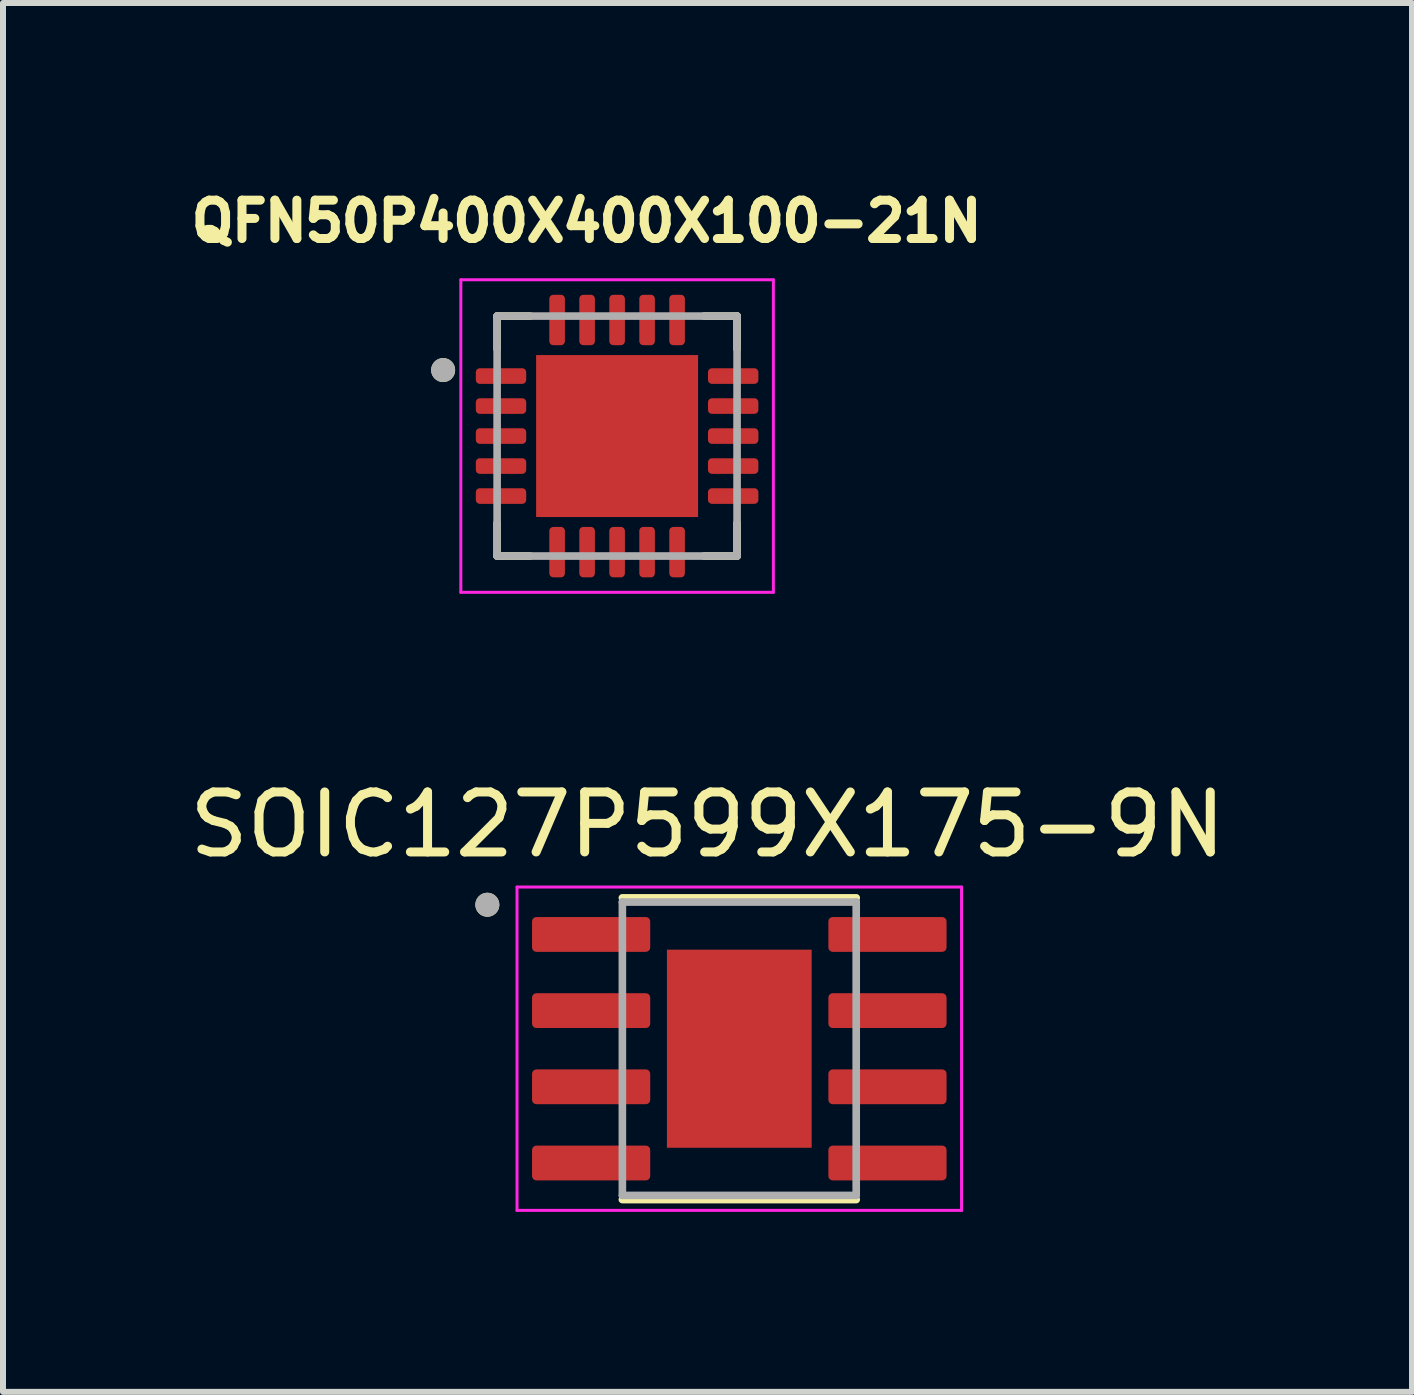
<source format=kicad_pcb>
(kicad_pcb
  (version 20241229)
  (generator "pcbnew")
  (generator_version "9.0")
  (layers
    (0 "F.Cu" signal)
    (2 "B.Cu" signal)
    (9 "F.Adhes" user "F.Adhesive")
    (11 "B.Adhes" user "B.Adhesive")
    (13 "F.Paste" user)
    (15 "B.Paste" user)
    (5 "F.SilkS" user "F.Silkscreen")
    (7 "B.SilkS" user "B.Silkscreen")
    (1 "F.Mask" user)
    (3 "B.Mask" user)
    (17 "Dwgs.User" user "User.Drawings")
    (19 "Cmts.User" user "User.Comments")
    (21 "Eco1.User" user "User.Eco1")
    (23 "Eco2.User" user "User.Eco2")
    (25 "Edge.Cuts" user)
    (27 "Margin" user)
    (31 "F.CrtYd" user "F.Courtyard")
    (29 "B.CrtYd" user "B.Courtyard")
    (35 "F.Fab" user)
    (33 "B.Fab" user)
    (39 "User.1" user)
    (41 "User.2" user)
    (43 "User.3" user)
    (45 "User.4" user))
  (footprint "SOIC127P599X175-9N"
    (layer "F.Cu")
    (at 9.274 14.432)
    (property "Reference" "SOIC127P599X175-9N" (at -0.53 -3.735 0) (layer "F.SilkS") (effects (font (size 1 1) (thickness 0.15))))
    (attr smd)
    (fp_line (start -1.949 -2.515) (end 1.949 -2.515) (stroke (width 0.127) (type solid)) (layer "F.SilkS"))
    (fp_line (start -1.949 2.515) (end 1.949 2.515) (stroke (width 0.127) (type solid)) (layer "F.SilkS"))
    (fp_circle (center -4.2 -2.4) (end -4.1 -2.4) (stroke (width 0.2) (type solid)) (fill no) (layer "F.SilkS"))
    (fp_poly (pts (xy -0.76 -1.04) (xy 0.76 -1.04) (xy 0.76 1.04) (xy -0.76 1.04)) (stroke (width 0.01) (type solid)) (fill yes) (layer "F.Paste"))
    (fp_line (start -3.705 -2.695) (end -3.705 2.695) (stroke (width 0.05) (type solid)) (layer "F.CrtYd"))
    (fp_line (start -3.705 -2.695) (end 3.705 -2.695) (stroke (width 0.05) (type solid)) (layer "F.CrtYd"))
    (fp_line (start -3.705 2.695) (end 3.705 2.695) (stroke (width 0.05) (type solid)) (layer "F.CrtYd"))
    (fp_line (start 3.705 -2.695) (end 3.705 2.695) (stroke (width 0.05) (type solid)) (layer "F.CrtYd"))
    (fp_line (start -1.949 -2.445) (end -1.949 2.445) (stroke (width 0.127) (type solid)) (layer "F.Fab"))
    (fp_line (start -1.949 -2.445) (end 1.949 -2.445) (stroke (width 0.127) (type solid)) (layer "F.Fab"))
    (fp_line (start -1.949 2.445) (end 1.949 2.445) (stroke (width 0.127) (type solid)) (layer "F.Fab"))
    (fp_line (start 1.949 -2.445) (end 1.949 2.445) (stroke (width 0.127) (type solid)) (layer "F.Fab"))
    (fp_circle (center -4.2 -2.4) (end -4.1 -2.4) (stroke (width 0.2) (type solid)) (fill no) (layer "F.Fab"))
    (pad "1" smd roundrect (at -2.47 -1.905) (size 1.97 0.58) (layers "F.Cu" "F.Mask" "F.Paste") (roundrect_rratio 0.125))
    (pad "2" smd roundrect (at -2.47 -0.635) (size 1.97 0.58) (layers "F.Cu" "F.Mask" "F.Paste") (roundrect_rratio 0.125))
    (pad "3" smd roundrect (at -2.47 0.635) (size 1.97 0.58) (layers "F.Cu" "F.Mask" "F.Paste") (roundrect_rratio 0.125))
    (pad "4" smd roundrect (at -2.47 1.905) (size 1.97 0.58) (layers "F.Cu" "F.Mask" "F.Paste") (roundrect_rratio 0.125))
    (pad "5" smd roundrect (at 2.47 1.905) (size 1.97 0.58) (layers "F.Cu" "F.Mask" "F.Paste") (roundrect_rratio 0.125))
    (pad "6" smd roundrect (at 2.47 0.635) (size 1.97 0.58) (layers "F.Cu" "F.Mask" "F.Paste") (roundrect_rratio 0.125))
    (pad "7" smd roundrect (at 2.47 -0.635) (size 1.97 0.58) (layers "F.Cu" "F.Mask" "F.Paste") (roundrect_rratio 0.125))
    (pad "8" smd roundrect (at 2.47 -1.905) (size 1.97 0.58) (layers "F.Cu" "F.Mask" "F.Paste") (roundrect_rratio 0.125))
    (pad "9" smd rect (at 0 0) (size 2.413 3.302) (layers "F.Cu" "F.Mask")))
  (footprint "QFN50P400X400X100-21N"
    (layer "F.Cu")
    (at 7.237 4.219)
    (property "Reference" "QFN50P400X400X100-21N" (at -0.508 -3.581 0) (layer "F.SilkS") (effects (font (size 0.64 0.64) (thickness 0.15))))
    (attr smd)
    (fp_line (start -2 -2) (end -2 -1.45) (stroke (width 0.127) (type solid)) (layer "F.SilkS"))
    (fp_line (start -2 -2) (end -1.45 -2) (stroke (width 0.127) (type solid)) (layer "F.SilkS"))
    (fp_line (start -2 2) (end -2 1.45) (stroke (width 0.127) (type solid)) (layer "F.SilkS"))
    (fp_line (start -2 2) (end -1.45 2) (stroke (width 0.127) (type solid)) (layer "F.SilkS"))
    (fp_line (start 1.45 -2) (end 2 -2) (stroke (width 0.127) (type solid)) (layer "F.SilkS"))
    (fp_line (start 2 -2) (end 2 -1.45) (stroke (width 0.127) (type solid)) (layer "F.SilkS"))
    (fp_line (start 2 1.45) (end 2 2) (stroke (width 0.127) (type solid)) (layer "F.SilkS"))
    (fp_line (start 2 2) (end 1.45 2) (stroke (width 0.127) (type solid)) (layer "F.SilkS"))
    (fp_circle (center -2.9 -1.1) (end -2.8 -1.1) (stroke (width 0.2) (type solid)) (fill no) (layer "F.SilkS"))
    (fp_poly (pts (xy -1.09 -1.09) (xy -0.13 -1.09) (xy -0.13 -0.13) (xy -1.09 -0.13)) (stroke (width 0.01) (type solid)) (fill yes) (layer "F.Paste"))
    (fp_poly (pts (xy -1.09 0.13) (xy -0.13 0.13) (xy -0.13 1.09) (xy -1.09 1.09)) (stroke (width 0.01) (type solid)) (fill yes) (layer "F.Paste"))
    (fp_poly (pts (xy 0.13 -1.09) (xy 1.09 -1.09) (xy 1.09 -0.13) (xy 0.13 -0.13)) (stroke (width 0.01) (type solid)) (fill yes) (layer "F.Paste"))
    (fp_poly (pts (xy 0.13 0.13) (xy 1.09 0.13) (xy 1.09 1.09) (xy 0.13 1.09)) (stroke (width 0.01) (type solid)) (fill yes) (layer "F.Paste"))
    (fp_line (start -2.605 -2.605) (end 2.605 -2.605) (stroke (width 0.05) (type solid)) (layer "F.CrtYd"))
    (fp_line (start -2.605 2.605) (end -2.605 -2.605) (stroke (width 0.05) (type solid)) (layer "F.CrtYd"))
    (fp_line (start 2.605 -2.605) (end 2.605 2.605) (stroke (width 0.05) (type solid)) (layer "F.CrtYd"))
    (fp_line (start 2.605 2.605) (end -2.605 2.605) (stroke (width 0.05) (type solid)) (layer "F.CrtYd"))
    (fp_line (start -2 -2) (end -2 2) (stroke (width 0.127) (type solid)) (layer "F.Fab"))
    (fp_line (start -2 2) (end 2 2) (stroke (width 0.127) (type solid)) (layer "F.Fab"))
    (fp_line (start 2 -2) (end -2 -2) (stroke (width 0.127) (type solid)) (layer "F.Fab"))
    (fp_line (start 2 2) (end 2 -2) (stroke (width 0.127) (type solid)) (layer "F.Fab"))
    (fp_circle (center -2.9 -1.1) (end -2.8 -1.1) (stroke (width 0.2) (type solid)) (fill no) (layer "F.Fab"))
    (pad "1" smd roundrect (at -1.935 -1) (size 0.84 0.26) (layers "F.Cu" "F.Mask" "F.Paste") (roundrect_rratio 0.25))
    (pad "2" smd roundrect (at -1.935 -0.5) (size 0.84 0.26) (layers "F.Cu" "F.Mask" "F.Paste") (roundrect_rratio 0.25))
    (pad "3" smd roundrect (at -1.935 0) (size 0.84 0.26) (layers "F.Cu" "F.Mask" "F.Paste") (roundrect_rratio 0.25))
    (pad "4" smd roundrect (at -1.935 0.5) (size 0.84 0.26) (layers "F.Cu" "F.Mask" "F.Paste") (roundrect_rratio 0.25))
    (pad "5" smd roundrect (at -1.935 1) (size 0.84 0.26) (layers "F.Cu" "F.Mask" "F.Paste") (roundrect_rratio 0.25))
    (pad "6" smd roundrect (at -1 1.935) (size 0.26 0.84) (layers "F.Cu" "F.Mask" "F.Paste") (roundrect_rratio 0.25))
    (pad "7" smd roundrect (at -0.5 1.935) (size 0.26 0.84) (layers "F.Cu" "F.Mask" "F.Paste") (roundrect_rratio 0.25))
    (pad "8" smd roundrect (at 0 1.935) (size 0.26 0.84) (layers "F.Cu" "F.Mask" "F.Paste") (roundrect_rratio 0.25))
    (pad "9" smd roundrect (at 0.5 1.935) (size 0.26 0.84) (layers "F.Cu" "F.Mask" "F.Paste") (roundrect_rratio 0.25))
    (pad "10" smd roundrect (at 1 1.935) (size 0.26 0.84) (layers "F.Cu" "F.Mask" "F.Paste") (roundrect_rratio 0.25))
    (pad "11" smd roundrect (at 1.935 1) (size 0.84 0.26) (layers "F.Cu" "F.Mask" "F.Paste") (roundrect_rratio 0.25))
    (pad "12" smd roundrect (at 1.935 0.5) (size 0.84 0.26) (layers "F.Cu" "F.Mask" "F.Paste") (roundrect_rratio 0.25))
    (pad "13" smd roundrect (at 1.935 0) (size 0.84 0.26) (layers "F.Cu" "F.Mask" "F.Paste") (roundrect_rratio 0.25))
    (pad "14" smd roundrect (at 1.935 -0.5) (size 0.84 0.26) (layers "F.Cu" "F.Mask" "F.Paste") (roundrect_rratio 0.25))
    (pad "15" smd roundrect (at 1.935 -1) (size 0.84 0.26) (layers "F.Cu" "F.Mask" "F.Paste") (roundrect_rratio 0.25))
    (pad "16" smd roundrect (at 1 -1.935) (size 0.26 0.84) (layers "F.Cu" "F.Mask" "F.Paste") (roundrect_rratio 0.25))
    (pad "17" smd roundrect (at 0.5 -1.935) (size 0.26 0.84) (layers "F.Cu" "F.Mask" "F.Paste") (roundrect_rratio 0.25))
    (pad "18" smd roundrect (at 0 -1.935) (size 0.26 0.84) (layers "F.Cu" "F.Mask" "F.Paste") (roundrect_rratio 0.25))
    (pad "19" smd roundrect (at -0.5 -1.935) (size 0.26 0.84) (layers "F.Cu" "F.Mask" "F.Paste") (roundrect_rratio 0.25))
    (pad "20" smd roundrect (at -1 -1.935) (size 0.26 0.84) (layers "F.Cu" "F.Mask" "F.Paste") (roundrect_rratio 0.25))
    (pad "21" smd rect (at 0 0) (size 2.7 2.7) (layers "F.Cu" "F.Mask")))
  (gr_rect
    (start -3 -3)
    (end 20.488 20.152)
    (stroke (width 0.1) (type default))
    (fill no)
    (layer "Edge.Cuts")))
</source>
